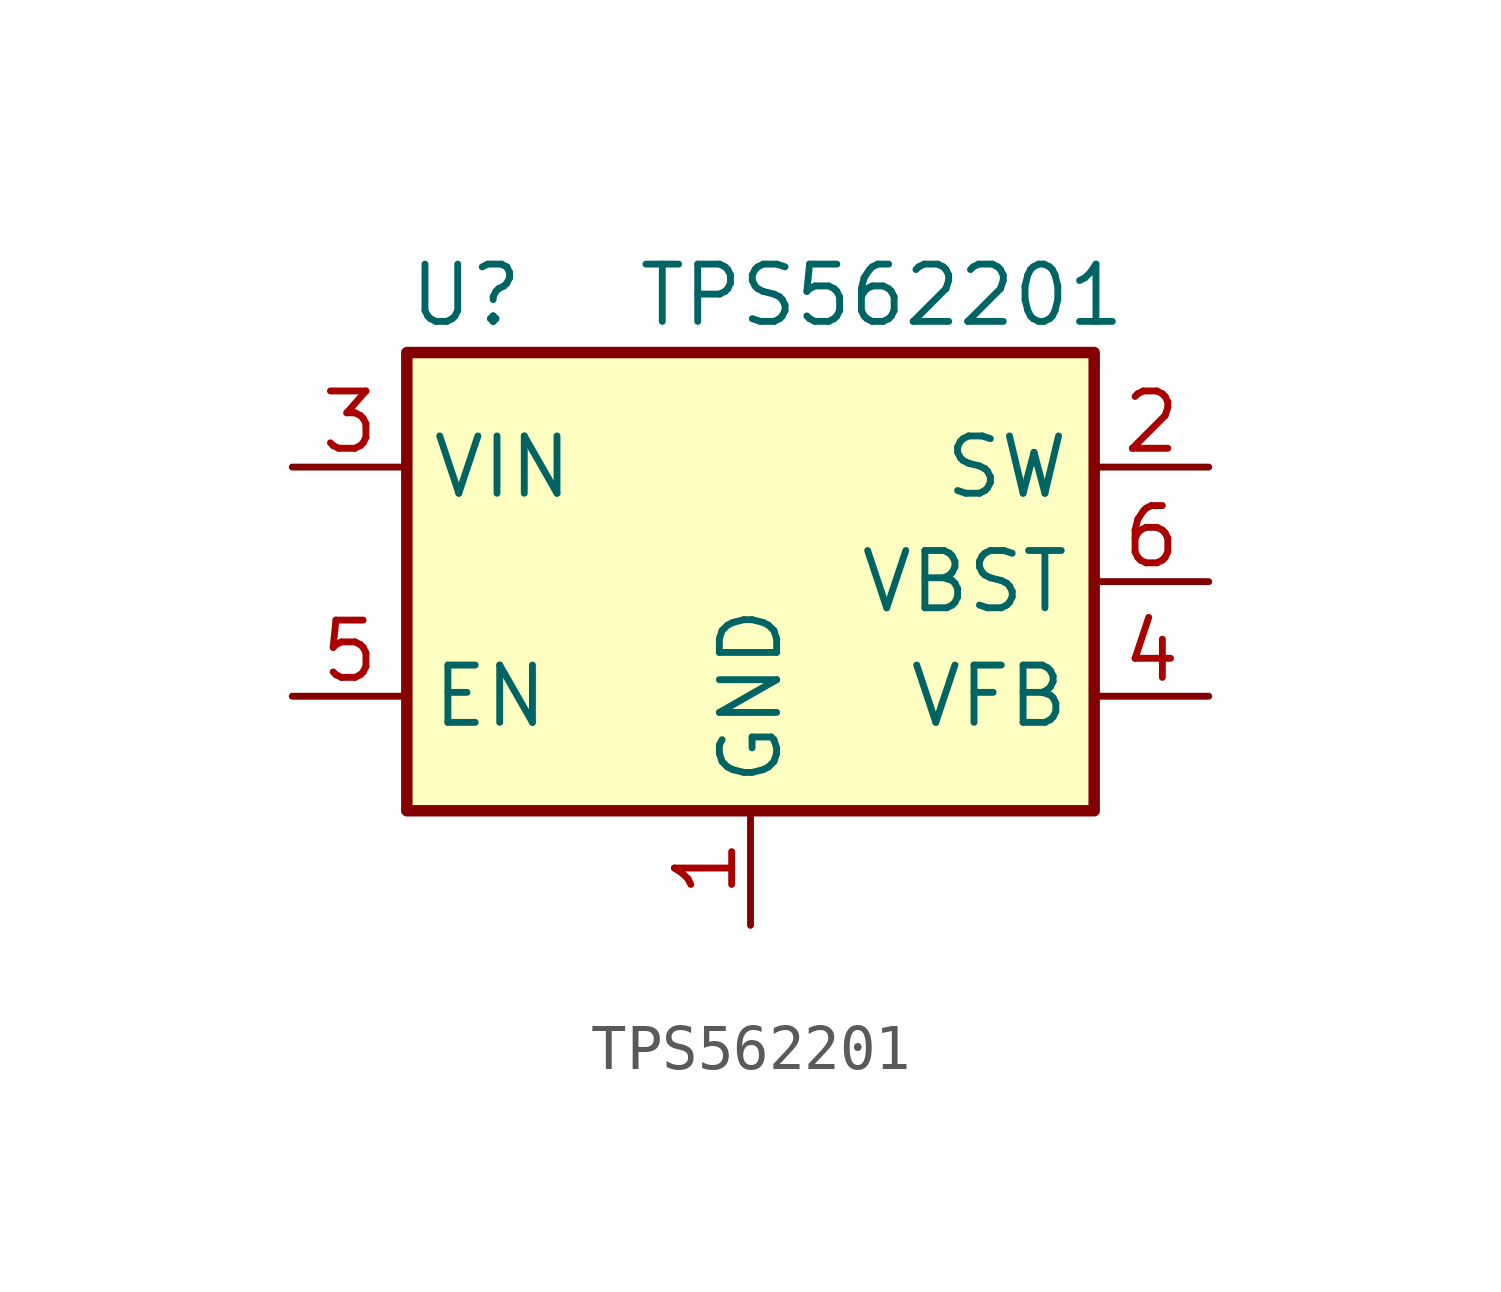
<source format=kicad_sym>
(kicad_symbol_lib
  (version 20211014)
  (generator kicad_symbol_editor)
  (symbol "TPS562201"
    (property "Reference" "U"
      (at -7.62 6.35 0)
      (effects (font (size 1.27 1.27)) (justify left)))
    (property "Value" "TPS562201"
      (at -2.54 6.35 0)
      (effects (font (size 1.27 1.27)) (justify left)))
    (symbol "TPS562201_0_1"
      (rectangle (start -7.62 5.08) (end 7.62 -5.08) (stroke (width 0.254) (type default) (color 0 0 0 0)) (fill (type background))))
    (symbol "TPS562201_1_1"
      (pin power_in line (at 0 -7.62 90) (length 2.54) (name "GND" (effects (font (size 1.27 1.27)))) (number "1" (effects (font (size 1.27 1.27)))))
      (pin output line (at 10.16 2.54 180) (length 2.54) (name "SW" (effects (font (size 1.27 1.27)))) (number "2" (effects (font (size 1.27 1.27)))))
      (pin power_in line (at -10.16 2.54 0) (length 2.54) (name "VIN" (effects (font (size 1.27 1.27)))) (number "3" (effects (font (size 1.27 1.27)))))
      (pin input line (at 10.16 -2.54 180) (length 2.54) (name "VFB" (effects (font (size 1.27 1.27)))) (number "4" (effects (font (size 1.27 1.27)))))
      (pin input line (at -10.16 -2.54 0) (length 2.54) (name "EN" (effects (font (size 1.27 1.27)))) (number "5" (effects (font (size 1.27 1.27)))))
      (pin passive line (at 10.16 0 180) (length 2.54) (name "VBST" (effects (font (size 1.27 1.27)))) (number "6" (effects (font (size 1.27 1.27))))))))
</source>
